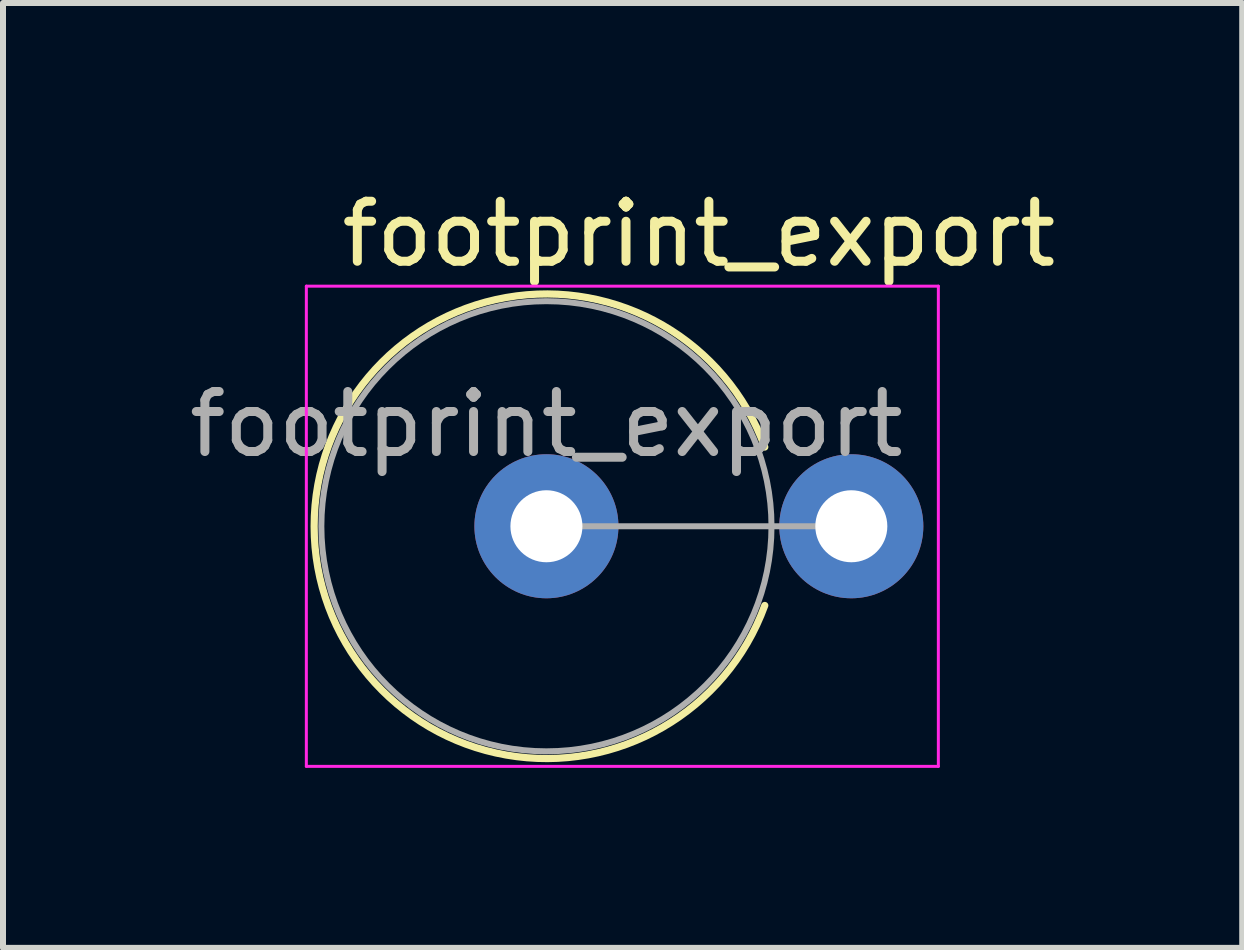
<source format=kicad_pcb>
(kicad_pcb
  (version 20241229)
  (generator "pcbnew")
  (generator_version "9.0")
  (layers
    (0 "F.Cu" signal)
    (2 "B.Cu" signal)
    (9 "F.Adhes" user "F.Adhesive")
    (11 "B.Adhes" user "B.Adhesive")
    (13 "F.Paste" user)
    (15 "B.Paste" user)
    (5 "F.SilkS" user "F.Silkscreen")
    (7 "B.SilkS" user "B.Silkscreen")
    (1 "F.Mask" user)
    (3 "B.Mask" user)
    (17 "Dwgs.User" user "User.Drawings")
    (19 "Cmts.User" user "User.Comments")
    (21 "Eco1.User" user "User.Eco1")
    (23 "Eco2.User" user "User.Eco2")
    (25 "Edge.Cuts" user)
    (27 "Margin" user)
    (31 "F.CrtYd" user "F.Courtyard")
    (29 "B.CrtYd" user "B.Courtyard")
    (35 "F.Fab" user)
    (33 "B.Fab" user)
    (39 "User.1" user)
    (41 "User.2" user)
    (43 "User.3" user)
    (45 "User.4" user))
  (footprint "footprint_export"
    (layer "F.Cu")
    (at 6.054 5.718)
    (property "Reference" "footprint_export" (at 2.54 -4.87 0) (layer "F.SilkS") (effects (font (size 1 1) (thickness 0.15))))
    (attr through_hole)
    (fp_arc (start 3.637925 1.32) (mid -3.87 0) (end 3.637925 -1.32) (stroke (width 0.12) (type solid)) (layer "F.SilkS"))
    (fp_line (start -4 -4) (end -4 4) (stroke (width 0.05) (type solid)) (layer "F.CrtYd"))
    (fp_line (start -4 4) (end 6.53 4) (stroke (width 0.05) (type solid)) (layer "F.CrtYd"))
    (fp_line (start 6.53 -4) (end -4 -4) (stroke (width 0.05) (type solid)) (layer "F.CrtYd"))
    (fp_line (start 6.53 4) (end 6.53 -4) (stroke (width 0.05) (type solid)) (layer "F.CrtYd"))
    (fp_line (start 0 0) (end 5.08 0) (stroke (width 0.1) (type solid)) (layer "F.Fab"))
    (fp_circle (center 0 0) (end 3.75 0) (stroke (width 0.1) (type solid)) (fill no) (layer "F.Fab"))
    (fp_text user "${REFERENCE}" (at 0 -1.7 0) (layer "F.Fab") (effects (font (size 1 1) (thickness 0.15))))
    (pad "1" thru_hole circle (at 0 0) (size 2.4 2.4) (drill 1.2) (layers "*.Cu" "*.Mask"))
    (pad "2" thru_hole oval (at 5.08 0) (size 2.4 2.4) (drill 1.2) (layers "*.Cu" "*.Mask")))
  (gr_rect
    (start -3 -3)
    (end 17.647 12.743)
    (stroke (width 0.1) (type default))
    (fill no)
    (layer "Edge.Cuts")))
</source>
